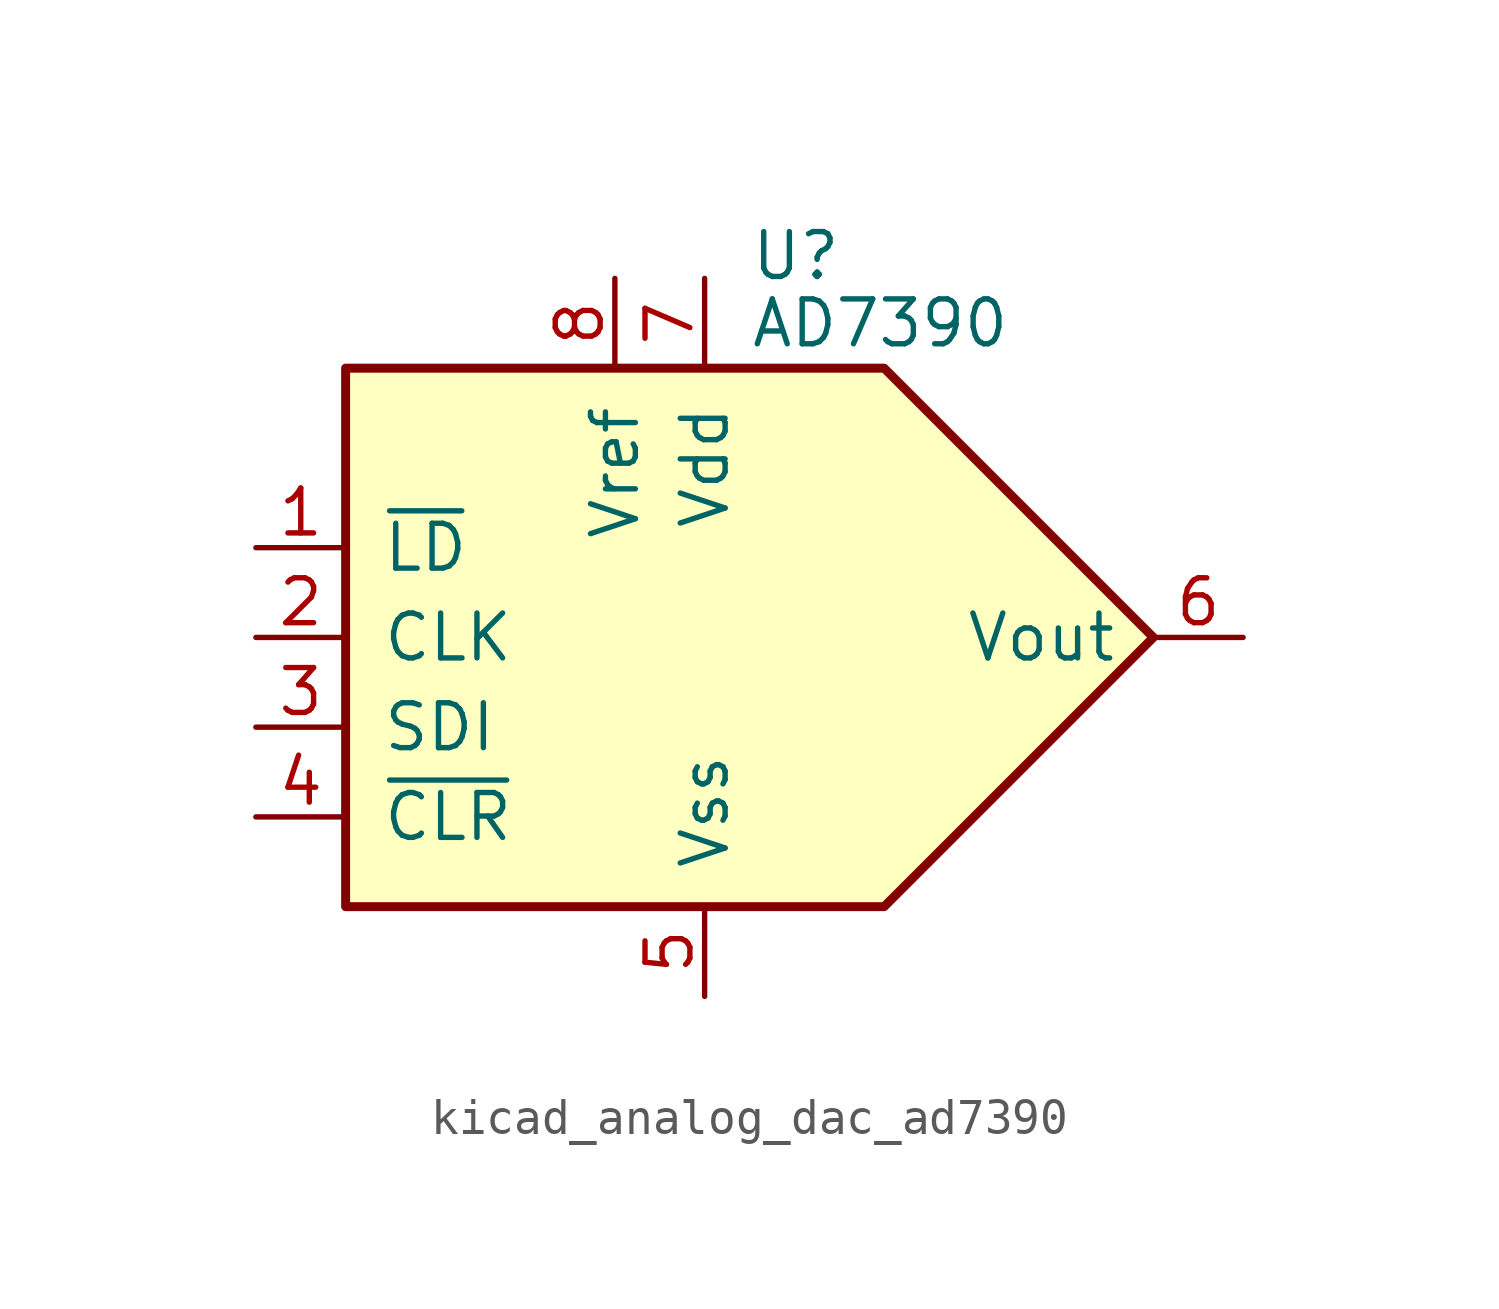
<source format=kicad_sym>
(kicad_symbol_lib
  (version 20220914)
  (generator kicad_symbol_editor)
  (symbol "kicad_analog_dac_ad7390"
    (pin_names
      (offset 1.016))
    (property "Reference" "U"
      (at 1.27 10.795 0)
      (effects (font (size 1.27 1.27)) (justify left)))
    (property "Value" "AD7390"
      (at 1.27 8.89 0)
      (effects (font (size 1.27 1.27)) (justify left)))
    (symbol "kicad_analog_dac_ad7390_0_0"
      (polyline (pts (xy 12.7 0) (xy 5.08 7.62) (xy -10.16 7.62) (xy -10.16 -7.62) (xy 5.08 -7.62) (xy 12.7 0)) (stroke (width 0.254) (type default)) (fill (type background))))
    (symbol "kicad_analog_dac_ad7390_1_1"
      (pin input line (at -12.7 2.54 0) (length 2.54) (name "~{LD}" (effects (font (size 1.27 1.27)))) (number "1" (effects (font (size 1.27 1.27)))))
      (pin input line (at -12.7 0 0) (length 2.54) (name "CLK" (effects (font (size 1.27 1.27)))) (number "2" (effects (font (size 1.27 1.27)))))
      (pin input line (at -12.7 -2.54 0) (length 2.54) (name "SDI" (effects (font (size 1.27 1.27)))) (number "3" (effects (font (size 1.27 1.27)))))
      (pin input line (at -12.7 -5.08 0) (length 2.54) (name "~{CLR}" (effects (font (size 1.27 1.27)))) (number "4" (effects (font (size 1.27 1.27)))))
      (pin power_in line (at 0 -10.16 90) (length 2.54) (name "Vss" (effects (font (size 1.27 1.27)))) (number "5" (effects (font (size 1.27 1.27)))))
      (pin output line (at 15.24 0 180) (length 2.54) (name "Vout" (effects (font (size 1.27 1.27)))) (number "6" (effects (font (size 1.27 1.27)))))
      (pin power_in line (at 0 10.16 270) (length 2.54) (name "Vdd" (effects (font (size 1.27 1.27)))) (number "7" (effects (font (size 1.27 1.27)))))
      (pin input line (at -2.54 10.16 270) (length 2.54) (name "Vref" (effects (font (size 1.27 1.27)))) (number "8" (effects (font (size 1.27 1.27))))))))
</source>
